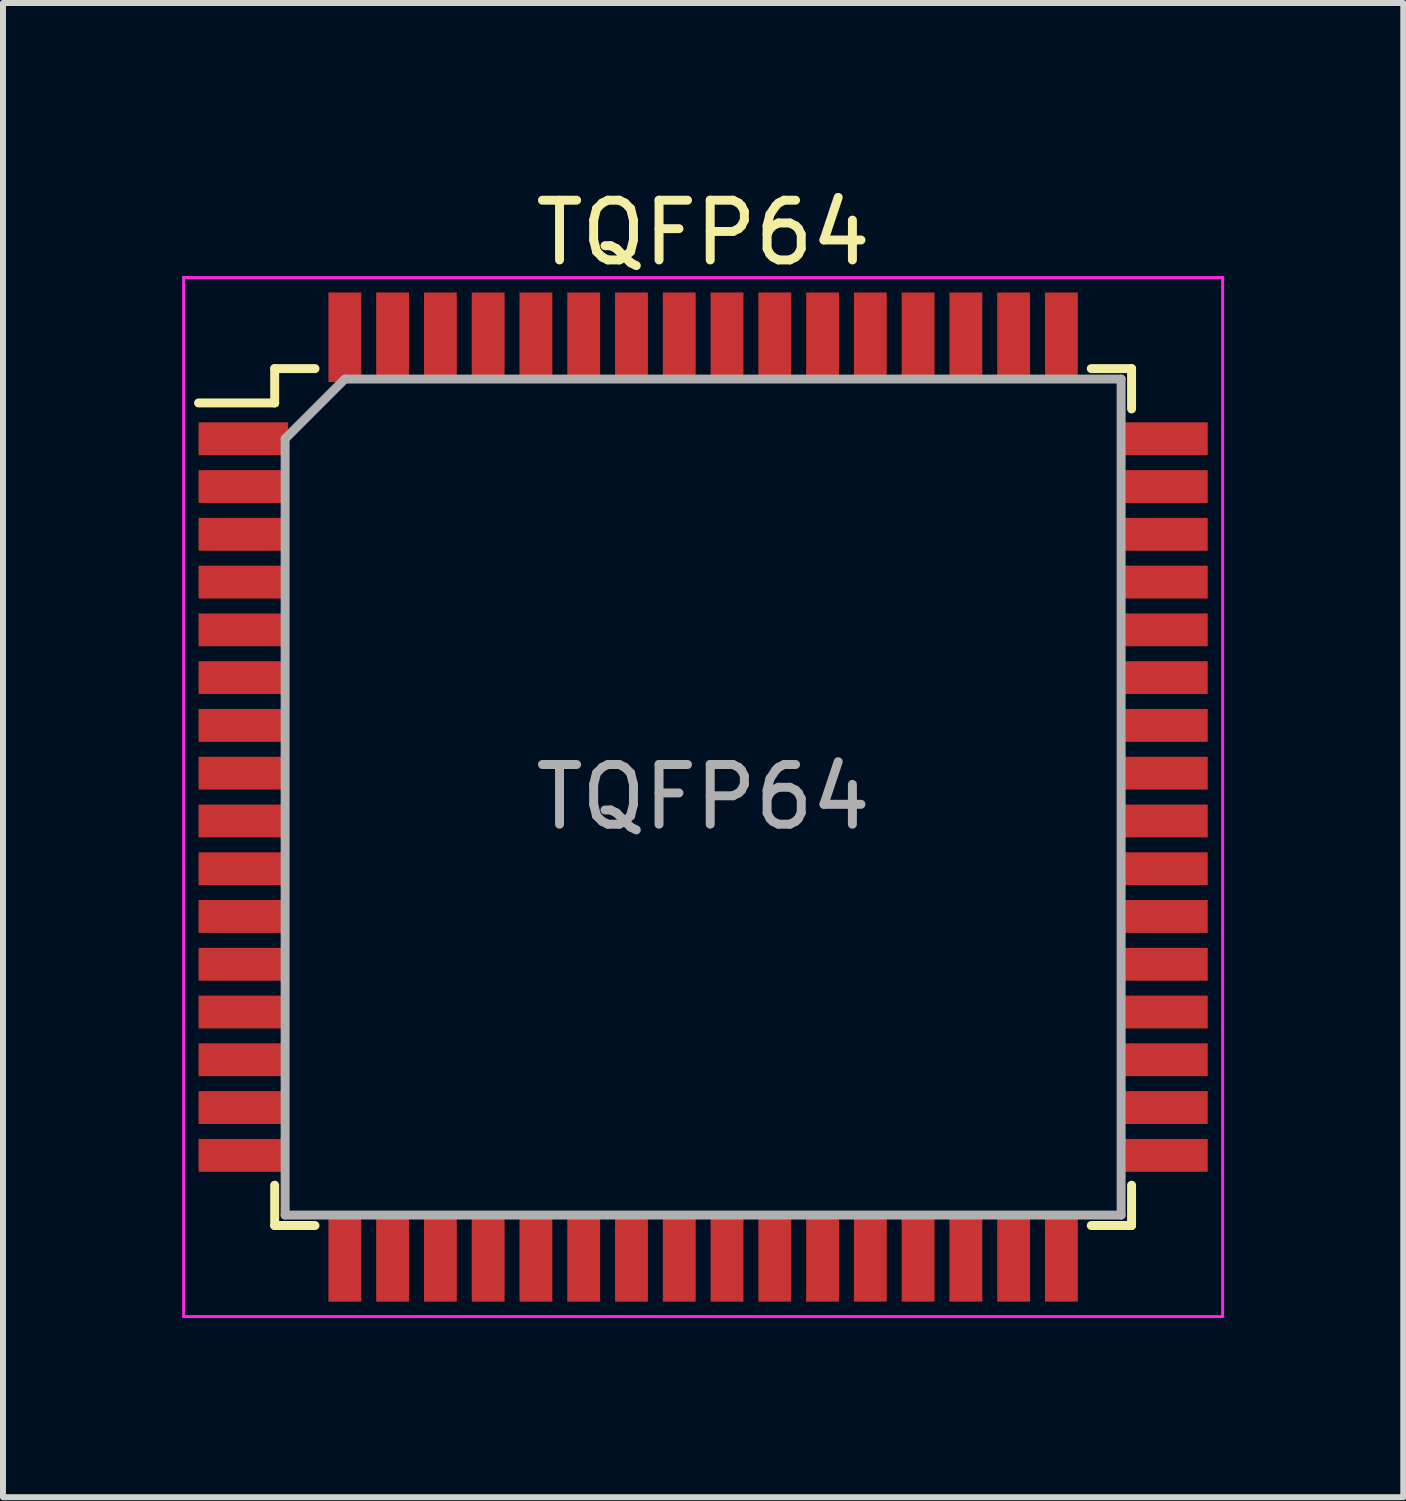
<source format=kicad_pcb>
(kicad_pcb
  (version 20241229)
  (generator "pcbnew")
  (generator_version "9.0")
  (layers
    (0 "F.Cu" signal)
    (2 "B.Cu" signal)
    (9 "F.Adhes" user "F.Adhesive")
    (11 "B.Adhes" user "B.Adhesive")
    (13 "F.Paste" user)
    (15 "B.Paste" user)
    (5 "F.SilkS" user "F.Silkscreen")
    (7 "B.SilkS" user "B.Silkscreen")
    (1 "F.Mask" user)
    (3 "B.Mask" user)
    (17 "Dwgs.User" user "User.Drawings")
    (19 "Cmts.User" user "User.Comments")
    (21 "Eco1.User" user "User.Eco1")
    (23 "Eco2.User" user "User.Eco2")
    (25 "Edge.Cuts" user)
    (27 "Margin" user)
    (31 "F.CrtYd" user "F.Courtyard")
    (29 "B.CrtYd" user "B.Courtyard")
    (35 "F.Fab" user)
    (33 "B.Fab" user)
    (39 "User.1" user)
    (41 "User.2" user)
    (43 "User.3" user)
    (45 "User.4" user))
  (footprint "TQFP64"
    (layer "F.Cu")
    (at 8.725 10.298)
    (property "Reference" "TQFP64" (at 0 -9.45 0) (layer "F.SilkS") (effects (font (size 1 1) (thickness 0.15))))
    (attr smd)
    (fp_line (start -7.175 -7.175) (end -7.175 -6.6) (stroke (width 0.15) (type solid)) (layer "F.SilkS"))
    (fp_line (start -7.175 -7.175) (end -6.5 -7.175) (stroke (width 0.15) (type solid)) (layer "F.SilkS"))
    (fp_line (start -7.175 -6.6) (end -8.45 -6.6) (stroke (width 0.15) (type solid)) (layer "F.SilkS"))
    (fp_line (start -7.175 7.175) (end -7.175 6.5) (stroke (width 0.15) (type solid)) (layer "F.SilkS"))
    (fp_line (start -7.175 7.175) (end -6.5 7.175) (stroke (width 0.15) (type solid)) (layer "F.SilkS"))
    (fp_line (start 7.175 -7.175) (end 6.5 -7.175) (stroke (width 0.15) (type solid)) (layer "F.SilkS"))
    (fp_line (start 7.175 -7.175) (end 7.175 -6.5) (stroke (width 0.15) (type solid)) (layer "F.SilkS"))
    (fp_line (start 7.175 7.175) (end 6.5 7.175) (stroke (width 0.15) (type solid)) (layer "F.SilkS"))
    (fp_line (start 7.175 7.175) (end 7.175 6.5) (stroke (width 0.15) (type solid)) (layer "F.SilkS"))
    (fp_line (start -8.7 -8.7) (end -8.7 8.7) (stroke (width 0.05) (type solid)) (layer "F.CrtYd"))
    (fp_line (start -8.7 -8.7) (end 8.7 -8.7) (stroke (width 0.05) (type solid)) (layer "F.CrtYd"))
    (fp_line (start -8.7 8.7) (end 8.7 8.7) (stroke (width 0.05) (type solid)) (layer "F.CrtYd"))
    (fp_line (start 8.7 -8.7) (end 8.7 8.7) (stroke (width 0.05) (type solid)) (layer "F.CrtYd"))
    (fp_line (start -7 -6) (end -6 -7) (stroke (width 0.15) (type solid)) (layer "F.Fab"))
    (fp_line (start -7 7) (end -7 -6) (stroke (width 0.15) (type solid)) (layer "F.Fab"))
    (fp_line (start -6 -7) (end 7 -7) (stroke (width 0.15) (type solid)) (layer "F.Fab"))
    (fp_line (start 7 -7) (end 7 7) (stroke (width 0.15) (type solid)) (layer "F.Fab"))
    (fp_line (start 7 7) (end -7 7) (stroke (width 0.15) (type solid)) (layer "F.Fab"))
    (fp_text user "${REFERENCE}" (at 0 0 0) (layer "F.Fab") (effects (font (size 1 1) (thickness 0.15))))
    (pad "1" smd rect (at -7.7 -6) (size 1.5 0.55) (layers "F.Cu" "F.Mask" "F.Paste"))
    (pad "2" smd rect (at -7.7 -5.2) (size 1.5 0.55) (layers "F.Cu" "F.Mask" "F.Paste"))
    (pad "3" smd rect (at -7.7 -4.4) (size 1.5 0.55) (layers "F.Cu" "F.Mask" "F.Paste"))
    (pad "4" smd rect (at -7.7 -3.6) (size 1.5 0.55) (layers "F.Cu" "F.Mask" "F.Paste"))
    (pad "5" smd rect (at -7.7 -2.8) (size 1.5 0.55) (layers "F.Cu" "F.Mask" "F.Paste"))
    (pad "6" smd rect (at -7.7 -2) (size 1.5 0.55) (layers "F.Cu" "F.Mask" "F.Paste"))
    (pad "7" smd rect (at -7.7 -1.2) (size 1.5 0.55) (layers "F.Cu" "F.Mask" "F.Paste"))
    (pad "8" smd rect (at -7.7 -0.4) (size 1.5 0.55) (layers "F.Cu" "F.Mask" "F.Paste"))
    (pad "9" smd rect (at -7.7 0.4) (size 1.5 0.55) (layers "F.Cu" "F.Mask" "F.Paste"))
    (pad "10" smd rect (at -7.7 1.2) (size 1.5 0.55) (layers "F.Cu" "F.Mask" "F.Paste"))
    (pad "11" smd rect (at -7.7 2) (size 1.5 0.55) (layers "F.Cu" "F.Mask" "F.Paste"))
    (pad "12" smd rect (at -7.7 2.8) (size 1.5 0.55) (layers "F.Cu" "F.Mask" "F.Paste"))
    (pad "13" smd rect (at -7.7 3.6) (size 1.5 0.55) (layers "F.Cu" "F.Mask" "F.Paste"))
    (pad "14" smd rect (at -7.7 4.4) (size 1.5 0.55) (layers "F.Cu" "F.Mask" "F.Paste"))
    (pad "15" smd rect (at -7.7 5.2) (size 1.5 0.55) (layers "F.Cu" "F.Mask" "F.Paste"))
    (pad "16" smd rect (at -7.7 6) (size 1.5 0.55) (layers "F.Cu" "F.Mask" "F.Paste"))
    (pad "17" smd rect (at -6 7.7 90) (size 1.5 0.55) (layers "F.Cu" "F.Mask" "F.Paste"))
    (pad "18" smd rect (at -5.2 7.7 90) (size 1.5 0.55) (layers "F.Cu" "F.Mask" "F.Paste"))
    (pad "19" smd rect (at -4.4 7.7 90) (size 1.5 0.55) (layers "F.Cu" "F.Mask" "F.Paste"))
    (pad "20" smd rect (at -3.6 7.7 90) (size 1.5 0.55) (layers "F.Cu" "F.Mask" "F.Paste"))
    (pad "21" smd rect (at -2.8 7.7 90) (size 1.5 0.55) (layers "F.Cu" "F.Mask" "F.Paste"))
    (pad "22" smd rect (at -2 7.7 90) (size 1.5 0.55) (layers "F.Cu" "F.Mask" "F.Paste"))
    (pad "23" smd rect (at -1.2 7.7 90) (size 1.5 0.55) (layers "F.Cu" "F.Mask" "F.Paste"))
    (pad "24" smd rect (at -0.4 7.7 90) (size 1.5 0.55) (layers "F.Cu" "F.Mask" "F.Paste"))
    (pad "25" smd rect (at 0.4 7.7 90) (size 1.5 0.55) (layers "F.Cu" "F.Mask" "F.Paste"))
    (pad "26" smd rect (at 1.2 7.7 90) (size 1.5 0.55) (layers "F.Cu" "F.Mask" "F.Paste"))
    (pad "27" smd rect (at 2 7.7 90) (size 1.5 0.55) (layers "F.Cu" "F.Mask" "F.Paste"))
    (pad "28" smd rect (at 2.8 7.7 90) (size 1.5 0.55) (layers "F.Cu" "F.Mask" "F.Paste"))
    (pad "29" smd rect (at 3.6 7.7 90) (size 1.5 0.55) (layers "F.Cu" "F.Mask" "F.Paste"))
    (pad "30" smd rect (at 4.4 7.7 90) (size 1.5 0.55) (layers "F.Cu" "F.Mask" "F.Paste"))
    (pad "31" smd rect (at 5.2 7.7 90) (size 1.5 0.55) (layers "F.Cu" "F.Mask" "F.Paste"))
    (pad "32" smd rect (at 6 7.7 90) (size 1.5 0.55) (layers "F.Cu" "F.Mask" "F.Paste"))
    (pad "33" smd rect (at 7.7 6) (size 1.5 0.55) (layers "F.Cu" "F.Mask" "F.Paste"))
    (pad "34" smd rect (at 7.7 5.2) (size 1.5 0.55) (layers "F.Cu" "F.Mask" "F.Paste"))
    (pad "35" smd rect (at 7.7 4.4) (size 1.5 0.55) (layers "F.Cu" "F.Mask" "F.Paste"))
    (pad "36" smd rect (at 7.7 3.6) (size 1.5 0.55) (layers "F.Cu" "F.Mask" "F.Paste"))
    (pad "37" smd rect (at 7.7 2.8) (size 1.5 0.55) (layers "F.Cu" "F.Mask" "F.Paste"))
    (pad "38" smd rect (at 7.7 2) (size 1.5 0.55) (layers "F.Cu" "F.Mask" "F.Paste"))
    (pad "39" smd rect (at 7.7 1.2) (size 1.5 0.55) (layers "F.Cu" "F.Mask" "F.Paste"))
    (pad "40" smd rect (at 7.7 0.4) (size 1.5 0.55) (layers "F.Cu" "F.Mask" "F.Paste"))
    (pad "41" smd rect (at 7.7 -0.4) (size 1.5 0.55) (layers "F.Cu" "F.Mask" "F.Paste"))
    (pad "42" smd rect (at 7.7 -1.2) (size 1.5 0.55) (layers "F.Cu" "F.Mask" "F.Paste"))
    (pad "43" smd rect (at 7.7 -2) (size 1.5 0.55) (layers "F.Cu" "F.Mask" "F.Paste"))
    (pad "44" smd rect (at 7.7 -2.8) (size 1.5 0.55) (layers "F.Cu" "F.Mask" "F.Paste"))
    (pad "45" smd rect (at 7.7 -3.6) (size 1.5 0.55) (layers "F.Cu" "F.Mask" "F.Paste"))
    (pad "46" smd rect (at 7.7 -4.4) (size 1.5 0.55) (layers "F.Cu" "F.Mask" "F.Paste"))
    (pad "47" smd rect (at 7.7 -5.2) (size 1.5 0.55) (layers "F.Cu" "F.Mask" "F.Paste"))
    (pad "48" smd rect (at 7.7 -6) (size 1.5 0.55) (layers "F.Cu" "F.Mask" "F.Paste"))
    (pad "49" smd rect (at 6 -7.7 90) (size 1.5 0.55) (layers "F.Cu" "F.Mask" "F.Paste"))
    (pad "50" smd rect (at 5.2 -7.7 90) (size 1.5 0.55) (layers "F.Cu" "F.Mask" "F.Paste"))
    (pad "51" smd rect (at 4.4 -7.7 90) (size 1.5 0.55) (layers "F.Cu" "F.Mask" "F.Paste"))
    (pad "52" smd rect (at 3.6 -7.7 90) (size 1.5 0.55) (layers "F.Cu" "F.Mask" "F.Paste"))
    (pad "53" smd rect (at 2.8 -7.7 90) (size 1.5 0.55) (layers "F.Cu" "F.Mask" "F.Paste"))
    (pad "54" smd rect (at 2 -7.7 90) (size 1.5 0.55) (layers "F.Cu" "F.Mask" "F.Paste"))
    (pad "55" smd rect (at 1.2 -7.7 90) (size 1.5 0.55) (layers "F.Cu" "F.Mask" "F.Paste"))
    (pad "56" smd rect (at 0.4 -7.7 90) (size 1.5 0.55) (layers "F.Cu" "F.Mask" "F.Paste"))
    (pad "57" smd rect (at -0.4 -7.7 90) (size 1.5 0.55) (layers "F.Cu" "F.Mask" "F.Paste"))
    (pad "58" smd rect (at -1.2 -7.7 90) (size 1.5 0.55) (layers "F.Cu" "F.Mask" "F.Paste"))
    (pad "59" smd rect (at -2 -7.7 90) (size 1.5 0.55) (layers "F.Cu" "F.Mask" "F.Paste"))
    (pad "60" smd rect (at -2.8 -7.7 90) (size 1.5 0.55) (layers "F.Cu" "F.Mask" "F.Paste"))
    (pad "61" smd rect (at -3.6 -7.7 90) (size 1.5 0.55) (layers "F.Cu" "F.Mask" "F.Paste"))
    (pad "62" smd rect (at -4.4 -7.7 90) (size 1.5 0.55) (layers "F.Cu" "F.Mask" "F.Paste"))
    (pad "63" smd rect (at -5.2 -7.7 90) (size 1.5 0.55) (layers "F.Cu" "F.Mask" "F.Paste"))
    (pad "64" smd rect (at -6 -7.7 90) (size 1.5 0.55) (layers "F.Cu" "F.Mask" "F.Paste")))
  (gr_rect
    (start -3 -3)
    (end 20.45 22.023)
    (stroke (width 0.1) (type default))
    (fill no)
    (layer "Edge.Cuts")))
</source>
